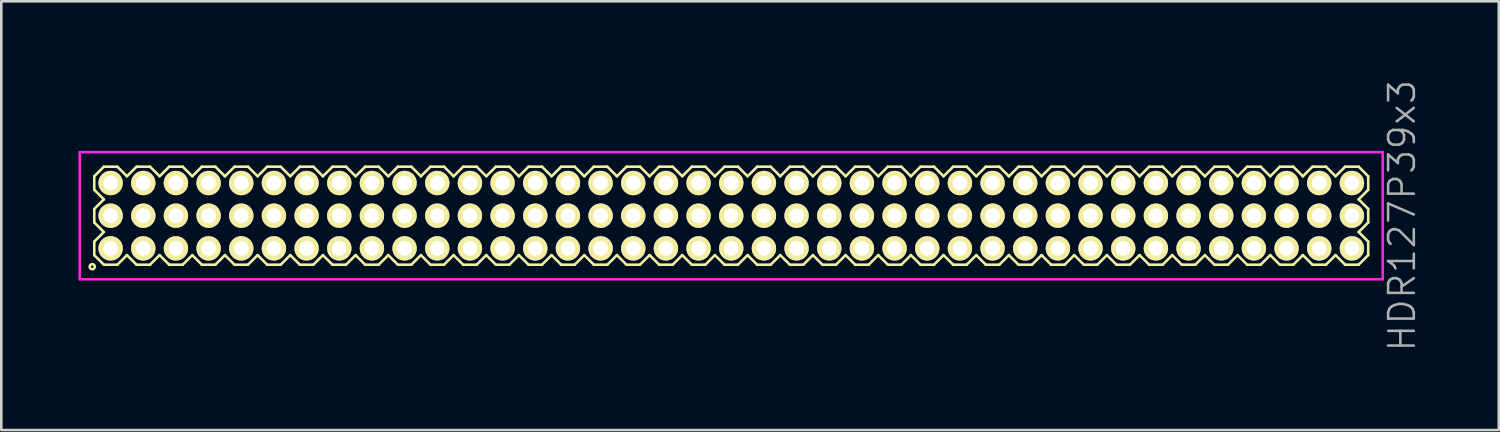
<source format=kicad_pcb>
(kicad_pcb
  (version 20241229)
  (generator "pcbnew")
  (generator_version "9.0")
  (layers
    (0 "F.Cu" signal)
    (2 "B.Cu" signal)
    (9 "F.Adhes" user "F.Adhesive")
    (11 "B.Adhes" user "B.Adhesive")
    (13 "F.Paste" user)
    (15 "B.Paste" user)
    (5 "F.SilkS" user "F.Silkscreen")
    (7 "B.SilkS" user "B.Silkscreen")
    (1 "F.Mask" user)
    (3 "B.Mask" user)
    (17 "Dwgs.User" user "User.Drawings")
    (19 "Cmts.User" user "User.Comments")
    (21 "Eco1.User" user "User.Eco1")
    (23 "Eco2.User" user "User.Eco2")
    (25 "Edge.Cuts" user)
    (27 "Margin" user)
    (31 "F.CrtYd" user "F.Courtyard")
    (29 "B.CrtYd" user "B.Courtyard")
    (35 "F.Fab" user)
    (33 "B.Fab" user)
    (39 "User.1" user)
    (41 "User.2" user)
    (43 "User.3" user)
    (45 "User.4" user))
  (footprint "HDR127P39x3"
    (layer "F.Cu")
    (at 25.38 5.336)
    (property "Reference" "HDR127P39x3" (at 26.08 0 90) (layer "F.Fab") (effects (font (size 1 1) (thickness 0.1))))
    (attr through_hole)
    (fp_line (start -24.765 -1.533) (end -24.393 -1.905) (stroke (width 0.1) (type solid)) (layer "F.SilkS"))
    (fp_line (start -24.765 -1.007) (end -24.765 -1.533) (stroke (width 0.1) (type solid)) (layer "F.SilkS"))
    (fp_line (start -24.765 -0.263) (end -24.393 -0.635) (stroke (width 0.1) (type solid)) (layer "F.SilkS"))
    (fp_line (start -24.765 0.263) (end -24.765 -0.263) (stroke (width 0.1) (type solid)) (layer "F.SilkS"))
    (fp_line (start -24.765 1.007) (end -24.393 0.635) (stroke (width 0.1) (type solid)) (layer "F.SilkS"))
    (fp_line (start -24.765 1.533) (end -24.765 1.007) (stroke (width 0.1) (type solid)) (layer "F.SilkS"))
    (fp_line (start -24.393 -1.905) (end -23.867 -1.905) (stroke (width 0.1) (type solid)) (layer "F.SilkS"))
    (fp_line (start -24.393 -0.635) (end -24.765 -1.007) (stroke (width 0.1) (type solid)) (layer "F.SilkS"))
    (fp_line (start -24.393 0.635) (end -24.765 0.263) (stroke (width 0.1) (type solid)) (layer "F.SilkS"))
    (fp_line (start -24.393 1.905) (end -24.765 1.533) (stroke (width 0.1) (type solid)) (layer "F.SilkS"))
    (fp_line (start -23.867 -1.905) (end -23.495 -1.533) (stroke (width 0.1) (type solid)) (layer "F.SilkS"))
    (fp_line (start -23.867 1.905) (end -24.393 1.905) (stroke (width 0.1) (type solid)) (layer "F.SilkS"))
    (fp_line (start -23.495 -1.533) (end -23.123 -1.905) (stroke (width 0.1) (type solid)) (layer "F.SilkS"))
    (fp_line (start -23.495 1.533) (end -23.867 1.905) (stroke (width 0.1) (type solid)) (layer "F.SilkS"))
    (fp_line (start -23.123 -1.905) (end -22.597 -1.905) (stroke (width 0.1) (type solid)) (layer "F.SilkS"))
    (fp_line (start -23.123 1.905) (end -23.495 1.533) (stroke (width 0.1) (type solid)) (layer "F.SilkS"))
    (fp_line (start -22.597 -1.905) (end -22.225 -1.533) (stroke (width 0.1) (type solid)) (layer "F.SilkS"))
    (fp_line (start -22.597 1.905) (end -23.123 1.905) (stroke (width 0.1) (type solid)) (layer "F.SilkS"))
    (fp_line (start -22.225 -1.533) (end -21.853 -1.905) (stroke (width 0.1) (type solid)) (layer "F.SilkS"))
    (fp_line (start -22.225 1.533) (end -22.597 1.905) (stroke (width 0.1) (type solid)) (layer "F.SilkS"))
    (fp_line (start -21.853 -1.905) (end -21.327 -1.905) (stroke (width 0.1) (type solid)) (layer "F.SilkS"))
    (fp_line (start -21.853 1.905) (end -22.225 1.533) (stroke (width 0.1) (type solid)) (layer "F.SilkS"))
    (fp_line (start -21.327 -1.905) (end -20.955 -1.533) (stroke (width 0.1) (type solid)) (layer "F.SilkS"))
    (fp_line (start -21.327 1.905) (end -21.853 1.905) (stroke (width 0.1) (type solid)) (layer "F.SilkS"))
    (fp_line (start -20.955 -1.533) (end -20.583 -1.905) (stroke (width 0.1) (type solid)) (layer "F.SilkS"))
    (fp_line (start -20.955 1.533) (end -21.327 1.905) (stroke (width 0.1) (type solid)) (layer "F.SilkS"))
    (fp_line (start -20.583 -1.905) (end -20.057 -1.905) (stroke (width 0.1) (type solid)) (layer "F.SilkS"))
    (fp_line (start -20.583 1.905) (end -20.955 1.533) (stroke (width 0.1) (type solid)) (layer "F.SilkS"))
    (fp_line (start -20.057 -1.905) (end -19.685 -1.533) (stroke (width 0.1) (type solid)) (layer "F.SilkS"))
    (fp_line (start -20.057 1.905) (end -20.583 1.905) (stroke (width 0.1) (type solid)) (layer "F.SilkS"))
    (fp_line (start -19.685 -1.533) (end -19.313 -1.905) (stroke (width 0.1) (type solid)) (layer "F.SilkS"))
    (fp_line (start -19.685 1.533) (end -20.057 1.905) (stroke (width 0.1) (type solid)) (layer "F.SilkS"))
    (fp_line (start -19.313 -1.905) (end -18.787 -1.905) (stroke (width 0.1) (type solid)) (layer "F.SilkS"))
    (fp_line (start -19.313 1.905) (end -19.685 1.533) (stroke (width 0.1) (type solid)) (layer "F.SilkS"))
    (fp_line (start -18.787 -1.905) (end -18.415 -1.533) (stroke (width 0.1) (type solid)) (layer "F.SilkS"))
    (fp_line (start -18.787 1.905) (end -19.313 1.905) (stroke (width 0.1) (type solid)) (layer "F.SilkS"))
    (fp_line (start -18.415 -1.533) (end -18.043 -1.905) (stroke (width 0.1) (type solid)) (layer "F.SilkS"))
    (fp_line (start -18.415 1.533) (end -18.787 1.905) (stroke (width 0.1) (type solid)) (layer "F.SilkS"))
    (fp_line (start -18.043 -1.905) (end -17.517 -1.905) (stroke (width 0.1) (type solid)) (layer "F.SilkS"))
    (fp_line (start -18.043 1.905) (end -18.415 1.533) (stroke (width 0.1) (type solid)) (layer "F.SilkS"))
    (fp_line (start -17.517 -1.905) (end -17.145 -1.533) (stroke (width 0.1) (type solid)) (layer "F.SilkS"))
    (fp_line (start -17.517 1.905) (end -18.043 1.905) (stroke (width 0.1) (type solid)) (layer "F.SilkS"))
    (fp_line (start -17.145 -1.533) (end -16.773 -1.905) (stroke (width 0.1) (type solid)) (layer "F.SilkS"))
    (fp_line (start -17.145 1.533) (end -17.517 1.905) (stroke (width 0.1) (type solid)) (layer "F.SilkS"))
    (fp_line (start -16.773 -1.905) (end -16.247 -1.905) (stroke (width 0.1) (type solid)) (layer "F.SilkS"))
    (fp_line (start -16.773 1.905) (end -17.145 1.533) (stroke (width 0.1) (type solid)) (layer "F.SilkS"))
    (fp_line (start -16.247 -1.905) (end -15.875 -1.533) (stroke (width 0.1) (type solid)) (layer "F.SilkS"))
    (fp_line (start -16.247 1.905) (end -16.773 1.905) (stroke (width 0.1) (type solid)) (layer "F.SilkS"))
    (fp_line (start -15.875 -1.533) (end -15.503 -1.905) (stroke (width 0.1) (type solid)) (layer "F.SilkS"))
    (fp_line (start -15.875 1.533) (end -16.247 1.905) (stroke (width 0.1) (type solid)) (layer "F.SilkS"))
    (fp_line (start -15.503 -1.905) (end -14.977 -1.905) (stroke (width 0.1) (type solid)) (layer "F.SilkS"))
    (fp_line (start -15.503 1.905) (end -15.875 1.533) (stroke (width 0.1) (type solid)) (layer "F.SilkS"))
    (fp_line (start -14.977 -1.905) (end -14.605 -1.533) (stroke (width 0.1) (type solid)) (layer "F.SilkS"))
    (fp_line (start -14.977 1.905) (end -15.503 1.905) (stroke (width 0.1) (type solid)) (layer "F.SilkS"))
    (fp_line (start -14.605 -1.533) (end -14.233 -1.905) (stroke (width 0.1) (type solid)) (layer "F.SilkS"))
    (fp_line (start -14.605 1.533) (end -14.977 1.905) (stroke (width 0.1) (type solid)) (layer "F.SilkS"))
    (fp_line (start -14.233 -1.905) (end -13.707 -1.905) (stroke (width 0.1) (type solid)) (layer "F.SilkS"))
    (fp_line (start -14.233 1.905) (end -14.605 1.533) (stroke (width 0.1) (type solid)) (layer "F.SilkS"))
    (fp_line (start -13.707 -1.905) (end -13.335 -1.533) (stroke (width 0.1) (type solid)) (layer "F.SilkS"))
    (fp_line (start -13.707 1.905) (end -14.233 1.905) (stroke (width 0.1) (type solid)) (layer "F.SilkS"))
    (fp_line (start -13.335 -1.533) (end -12.963 -1.905) (stroke (width 0.1) (type solid)) (layer "F.SilkS"))
    (fp_line (start -13.335 1.533) (end -13.707 1.905) (stroke (width 0.1) (type solid)) (layer "F.SilkS"))
    (fp_line (start -12.963 -1.905) (end -12.437 -1.905) (stroke (width 0.1) (type solid)) (layer "F.SilkS"))
    (fp_line (start -12.963 1.905) (end -13.335 1.533) (stroke (width 0.1) (type solid)) (layer "F.SilkS"))
    (fp_line (start -12.437 -1.905) (end -12.065 -1.533) (stroke (width 0.1) (type solid)) (layer "F.SilkS"))
    (fp_line (start -12.437 1.905) (end -12.963 1.905) (stroke (width 0.1) (type solid)) (layer "F.SilkS"))
    (fp_line (start -12.065 -1.533) (end -11.693 -1.905) (stroke (width 0.1) (type solid)) (layer "F.SilkS"))
    (fp_line (start -12.065 1.533) (end -12.437 1.905) (stroke (width 0.1) (type solid)) (layer "F.SilkS"))
    (fp_line (start -11.693 -1.905) (end -11.167 -1.905) (stroke (width 0.1) (type solid)) (layer "F.SilkS"))
    (fp_line (start -11.693 1.905) (end -12.065 1.533) (stroke (width 0.1) (type solid)) (layer "F.SilkS"))
    (fp_line (start -11.167 -1.905) (end -10.795 -1.533) (stroke (width 0.1) (type solid)) (layer "F.SilkS"))
    (fp_line (start -11.167 1.905) (end -11.693 1.905) (stroke (width 0.1) (type solid)) (layer "F.SilkS"))
    (fp_line (start -10.795 -1.533) (end -10.423 -1.905) (stroke (width 0.1) (type solid)) (layer "F.SilkS"))
    (fp_line (start -10.795 1.533) (end -11.167 1.905) (stroke (width 0.1) (type solid)) (layer "F.SilkS"))
    (fp_line (start -10.423 -1.905) (end -9.897 -1.905) (stroke (width 0.1) (type solid)) (layer "F.SilkS"))
    (fp_line (start -10.423 1.905) (end -10.795 1.533) (stroke (width 0.1) (type solid)) (layer "F.SilkS"))
    (fp_line (start -9.897 -1.905) (end -9.525 -1.533) (stroke (width 0.1) (type solid)) (layer "F.SilkS"))
    (fp_line (start -9.897 1.905) (end -10.423 1.905) (stroke (width 0.1) (type solid)) (layer "F.SilkS"))
    (fp_line (start -9.525 -1.533) (end -9.153 -1.905) (stroke (width 0.1) (type solid)) (layer "F.SilkS"))
    (fp_line (start -9.525 1.533) (end -9.897 1.905) (stroke (width 0.1) (type solid)) (layer "F.SilkS"))
    (fp_line (start -9.153 -1.905) (end -8.627 -1.905) (stroke (width 0.1) (type solid)) (layer "F.SilkS"))
    (fp_line (start -9.153 1.905) (end -9.525 1.533) (stroke (width 0.1) (type solid)) (layer "F.SilkS"))
    (fp_line (start -8.627 -1.905) (end -8.255 -1.533) (stroke (width 0.1) (type solid)) (layer "F.SilkS"))
    (fp_line (start -8.627 1.905) (end -9.153 1.905) (stroke (width 0.1) (type solid)) (layer "F.SilkS"))
    (fp_line (start -8.255 -1.533) (end -7.883 -1.905) (stroke (width 0.1) (type solid)) (layer "F.SilkS"))
    (fp_line (start -8.255 1.533) (end -8.627 1.905) (stroke (width 0.1) (type solid)) (layer "F.SilkS"))
    (fp_line (start -7.883 -1.905) (end -7.357 -1.905) (stroke (width 0.1) (type solid)) (layer "F.SilkS"))
    (fp_line (start -7.883 1.905) (end -8.255 1.533) (stroke (width 0.1) (type solid)) (layer "F.SilkS"))
    (fp_line (start -7.357 -1.905) (end -6.985 -1.533) (stroke (width 0.1) (type solid)) (layer "F.SilkS"))
    (fp_line (start -7.357 1.905) (end -7.883 1.905) (stroke (width 0.1) (type solid)) (layer "F.SilkS"))
    (fp_line (start -6.985 -1.533) (end -6.613 -1.905) (stroke (width 0.1) (type solid)) (layer "F.SilkS"))
    (fp_line (start -6.985 1.533) (end -7.357 1.905) (stroke (width 0.1) (type solid)) (layer "F.SilkS"))
    (fp_line (start -6.613 -1.905) (end -6.087 -1.905) (stroke (width 0.1) (type solid)) (layer "F.SilkS"))
    (fp_line (start -6.613 1.905) (end -6.985 1.533) (stroke (width 0.1) (type solid)) (layer "F.SilkS"))
    (fp_line (start -6.087 -1.905) (end -5.715 -1.533) (stroke (width 0.1) (type solid)) (layer "F.SilkS"))
    (fp_line (start -6.087 1.905) (end -6.613 1.905) (stroke (width 0.1) (type solid)) (layer "F.SilkS"))
    (fp_line (start -5.715 -1.533) (end -5.343 -1.905) (stroke (width 0.1) (type solid)) (layer "F.SilkS"))
    (fp_line (start -5.715 1.533) (end -6.087 1.905) (stroke (width 0.1) (type solid)) (layer "F.SilkS"))
    (fp_line (start -5.343 -1.905) (end -4.817 -1.905) (stroke (width 0.1) (type solid)) (layer "F.SilkS"))
    (fp_line (start -5.343 1.905) (end -5.715 1.533) (stroke (width 0.1) (type solid)) (layer "F.SilkS"))
    (fp_line (start -4.817 -1.905) (end -4.445 -1.533) (stroke (width 0.1) (type solid)) (layer "F.SilkS"))
    (fp_line (start -4.817 1.905) (end -5.343 1.905) (stroke (width 0.1) (type solid)) (layer "F.SilkS"))
    (fp_line (start -4.445 -1.533) (end -4.073 -1.905) (stroke (width 0.1) (type solid)) (layer "F.SilkS"))
    (fp_line (start -4.445 1.533) (end -4.817 1.905) (stroke (width 0.1) (type solid)) (layer "F.SilkS"))
    (fp_line (start -4.073 -1.905) (end -3.547 -1.905) (stroke (width 0.1) (type solid)) (layer "F.SilkS"))
    (fp_line (start -4.073 1.905) (end -4.445 1.533) (stroke (width 0.1) (type solid)) (layer "F.SilkS"))
    (fp_line (start -3.547 -1.905) (end -3.175 -1.533) (stroke (width 0.1) (type solid)) (layer "F.SilkS"))
    (fp_line (start -3.547 1.905) (end -4.073 1.905) (stroke (width 0.1) (type solid)) (layer "F.SilkS"))
    (fp_line (start -3.175 -1.533) (end -2.803 -1.905) (stroke (width 0.1) (type solid)) (layer "F.SilkS"))
    (fp_line (start -3.175 1.533) (end -3.547 1.905) (stroke (width 0.1) (type solid)) (layer "F.SilkS"))
    (fp_line (start -2.803 -1.905) (end -2.277 -1.905) (stroke (width 0.1) (type solid)) (layer "F.SilkS"))
    (fp_line (start -2.803 1.905) (end -3.175 1.533) (stroke (width 0.1) (type solid)) (layer "F.SilkS"))
    (fp_line (start -2.277 -1.905) (end -1.905 -1.533) (stroke (width 0.1) (type solid)) (layer "F.SilkS"))
    (fp_line (start -2.277 1.905) (end -2.803 1.905) (stroke (width 0.1) (type solid)) (layer "F.SilkS"))
    (fp_line (start -1.905 -1.533) (end -1.533 -1.905) (stroke (width 0.1) (type solid)) (layer "F.SilkS"))
    (fp_line (start -1.905 1.533) (end -2.277 1.905) (stroke (width 0.1) (type solid)) (layer "F.SilkS"))
    (fp_line (start -1.533 -1.905) (end -1.007 -1.905) (stroke (width 0.1) (type solid)) (layer "F.SilkS"))
    (fp_line (start -1.533 1.905) (end -1.905 1.533) (stroke (width 0.1) (type solid)) (layer "F.SilkS"))
    (fp_line (start -1.007 -1.905) (end -0.635 -1.533) (stroke (width 0.1) (type solid)) (layer "F.SilkS"))
    (fp_line (start -1.007 1.905) (end -1.533 1.905) (stroke (width 0.1) (type solid)) (layer "F.SilkS"))
    (fp_line (start -0.635 -1.533) (end -0.263 -1.905) (stroke (width 0.1) (type solid)) (layer "F.SilkS"))
    (fp_line (start -0.635 1.533) (end -1.007 1.905) (stroke (width 0.1) (type solid)) (layer "F.SilkS"))
    (fp_line (start -0.263 -1.905) (end 0.263 -1.905) (stroke (width 0.1) (type solid)) (layer "F.SilkS"))
    (fp_line (start -0.263 1.905) (end -0.635 1.533) (stroke (width 0.1) (type solid)) (layer "F.SilkS"))
    (fp_line (start 0.263 -1.905) (end 0.635 -1.533) (stroke (width 0.1) (type solid)) (layer "F.SilkS"))
    (fp_line (start 0.263 1.905) (end -0.263 1.905) (stroke (width 0.1) (type solid)) (layer "F.SilkS"))
    (fp_line (start 0.635 -1.533) (end 1.007 -1.905) (stroke (width 0.1) (type solid)) (layer "F.SilkS"))
    (fp_line (start 0.635 1.533) (end 0.263 1.905) (stroke (width 0.1) (type solid)) (layer "F.SilkS"))
    (fp_line (start 1.007 -1.905) (end 1.533 -1.905) (stroke (width 0.1) (type solid)) (layer "F.SilkS"))
    (fp_line (start 1.007 1.905) (end 0.635 1.533) (stroke (width 0.1) (type solid)) (layer "F.SilkS"))
    (fp_line (start 1.533 -1.905) (end 1.905 -1.533) (stroke (width 0.1) (type solid)) (layer "F.SilkS"))
    (fp_line (start 1.533 1.905) (end 1.007 1.905) (stroke (width 0.1) (type solid)) (layer "F.SilkS"))
    (fp_line (start 1.905 -1.533) (end 2.277 -1.905) (stroke (width 0.1) (type solid)) (layer "F.SilkS"))
    (fp_line (start 1.905 1.533) (end 1.533 1.905) (stroke (width 0.1) (type solid)) (layer "F.SilkS"))
    (fp_line (start 2.277 -1.905) (end 2.803 -1.905) (stroke (width 0.1) (type solid)) (layer "F.SilkS"))
    (fp_line (start 2.277 1.905) (end 1.905 1.533) (stroke (width 0.1) (type solid)) (layer "F.SilkS"))
    (fp_line (start 2.803 -1.905) (end 3.175 -1.533) (stroke (width 0.1) (type solid)) (layer "F.SilkS"))
    (fp_line (start 2.803 1.905) (end 2.277 1.905) (stroke (width 0.1) (type solid)) (layer "F.SilkS"))
    (fp_line (start 3.175 -1.533) (end 3.547 -1.905) (stroke (width 0.1) (type solid)) (layer "F.SilkS"))
    (fp_line (start 3.175 1.533) (end 2.803 1.905) (stroke (width 0.1) (type solid)) (layer "F.SilkS"))
    (fp_line (start 3.547 -1.905) (end 4.073 -1.905) (stroke (width 0.1) (type solid)) (layer "F.SilkS"))
    (fp_line (start 3.547 1.905) (end 3.175 1.533) (stroke (width 0.1) (type solid)) (layer "F.SilkS"))
    (fp_line (start 4.073 -1.905) (end 4.445 -1.533) (stroke (width 0.1) (type solid)) (layer "F.SilkS"))
    (fp_line (start 4.073 1.905) (end 3.547 1.905) (stroke (width 0.1) (type solid)) (layer "F.SilkS"))
    (fp_line (start 4.445 -1.533) (end 4.817 -1.905) (stroke (width 0.1) (type solid)) (layer "F.SilkS"))
    (fp_line (start 4.445 1.533) (end 4.073 1.905) (stroke (width 0.1) (type solid)) (layer "F.SilkS"))
    (fp_line (start 4.817 -1.905) (end 5.343 -1.905) (stroke (width 0.1) (type solid)) (layer "F.SilkS"))
    (fp_line (start 4.817 1.905) (end 4.445 1.533) (stroke (width 0.1) (type solid)) (layer "F.SilkS"))
    (fp_line (start 5.343 -1.905) (end 5.715 -1.533) (stroke (width 0.1) (type solid)) (layer "F.SilkS"))
    (fp_line (start 5.343 1.905) (end 4.817 1.905) (stroke (width 0.1) (type solid)) (layer "F.SilkS"))
    (fp_line (start 5.715 -1.533) (end 6.087 -1.905) (stroke (width 0.1) (type solid)) (layer "F.SilkS"))
    (fp_line (start 5.715 1.533) (end 5.343 1.905) (stroke (width 0.1) (type solid)) (layer "F.SilkS"))
    (fp_line (start 6.087 -1.905) (end 6.613 -1.905) (stroke (width 0.1) (type solid)) (layer "F.SilkS"))
    (fp_line (start 6.087 1.905) (end 5.715 1.533) (stroke (width 0.1) (type solid)) (layer "F.SilkS"))
    (fp_line (start 6.613 -1.905) (end 6.985 -1.533) (stroke (width 0.1) (type solid)) (layer "F.SilkS"))
    (fp_line (start 6.613 1.905) (end 6.087 1.905) (stroke (width 0.1) (type solid)) (layer "F.SilkS"))
    (fp_line (start 6.985 -1.533) (end 7.357 -1.905) (stroke (width 0.1) (type solid)) (layer "F.SilkS"))
    (fp_line (start 6.985 1.533) (end 6.613 1.905) (stroke (width 0.1) (type solid)) (layer "F.SilkS"))
    (fp_line (start 7.357 -1.905) (end 7.883 -1.905) (stroke (width 0.1) (type solid)) (layer "F.SilkS"))
    (fp_line (start 7.357 1.905) (end 6.985 1.533) (stroke (width 0.1) (type solid)) (layer "F.SilkS"))
    (fp_line (start 7.883 -1.905) (end 8.255 -1.533) (stroke (width 0.1) (type solid)) (layer "F.SilkS"))
    (fp_line (start 7.883 1.905) (end 7.357 1.905) (stroke (width 0.1) (type solid)) (layer "F.SilkS"))
    (fp_line (start 8.255 -1.533) (end 8.627 -1.905) (stroke (width 0.1) (type solid)) (layer "F.SilkS"))
    (fp_line (start 8.255 1.533) (end 7.883 1.905) (stroke (width 0.1) (type solid)) (layer "F.SilkS"))
    (fp_line (start 8.627 -1.905) (end 9.153 -1.905) (stroke (width 0.1) (type solid)) (layer "F.SilkS"))
    (fp_line (start 8.627 1.905) (end 8.255 1.533) (stroke (width 0.1) (type solid)) (layer "F.SilkS"))
    (fp_line (start 9.153 -1.905) (end 9.525 -1.533) (stroke (width 0.1) (type solid)) (layer "F.SilkS"))
    (fp_line (start 9.153 1.905) (end 8.627 1.905) (stroke (width 0.1) (type solid)) (layer "F.SilkS"))
    (fp_line (start 9.525 -1.533) (end 9.897 -1.905) (stroke (width 0.1) (type solid)) (layer "F.SilkS"))
    (fp_line (start 9.525 1.533) (end 9.153 1.905) (stroke (width 0.1) (type solid)) (layer "F.SilkS"))
    (fp_line (start 9.897 -1.905) (end 10.423 -1.905) (stroke (width 0.1) (type solid)) (layer "F.SilkS"))
    (fp_line (start 9.897 1.905) (end 9.525 1.533) (stroke (width 0.1) (type solid)) (layer "F.SilkS"))
    (fp_line (start 10.423 -1.905) (end 10.795 -1.533) (stroke (width 0.1) (type solid)) (layer "F.SilkS"))
    (fp_line (start 10.423 1.905) (end 9.897 1.905) (stroke (width 0.1) (type solid)) (layer "F.SilkS"))
    (fp_line (start 10.795 -1.533) (end 11.167 -1.905) (stroke (width 0.1) (type solid)) (layer "F.SilkS"))
    (fp_line (start 10.795 1.533) (end 10.423 1.905) (stroke (width 0.1) (type solid)) (layer "F.SilkS"))
    (fp_line (start 11.167 -1.905) (end 11.693 -1.905) (stroke (width 0.1) (type solid)) (layer "F.SilkS"))
    (fp_line (start 11.167 1.905) (end 10.795 1.533) (stroke (width 0.1) (type solid)) (layer "F.SilkS"))
    (fp_line (start 11.693 -1.905) (end 12.065 -1.533) (stroke (width 0.1) (type solid)) (layer "F.SilkS"))
    (fp_line (start 11.693 1.905) (end 11.167 1.905) (stroke (width 0.1) (type solid)) (layer "F.SilkS"))
    (fp_line (start 12.065 -1.533) (end 12.437 -1.905) (stroke (width 0.1) (type solid)) (layer "F.SilkS"))
    (fp_line (start 12.065 1.533) (end 11.693 1.905) (stroke (width 0.1) (type solid)) (layer "F.SilkS"))
    (fp_line (start 12.437 -1.905) (end 12.963 -1.905) (stroke (width 0.1) (type solid)) (layer "F.SilkS"))
    (fp_line (start 12.437 1.905) (end 12.065 1.533) (stroke (width 0.1) (type solid)) (layer "F.SilkS"))
    (fp_line (start 12.963 -1.905) (end 13.335 -1.533) (stroke (width 0.1) (type solid)) (layer "F.SilkS"))
    (fp_line (start 12.963 1.905) (end 12.437 1.905) (stroke (width 0.1) (type solid)) (layer "F.SilkS"))
    (fp_line (start 13.335 -1.533) (end 13.707 -1.905) (stroke (width 0.1) (type solid)) (layer "F.SilkS"))
    (fp_line (start 13.335 1.533) (end 12.963 1.905) (stroke (width 0.1) (type solid)) (layer "F.SilkS"))
    (fp_line (start 13.707 -1.905) (end 14.233 -1.905) (stroke (width 0.1) (type solid)) (layer "F.SilkS"))
    (fp_line (start 13.707 1.905) (end 13.335 1.533) (stroke (width 0.1) (type solid)) (layer "F.SilkS"))
    (fp_line (start 14.233 -1.905) (end 14.605 -1.533) (stroke (width 0.1) (type solid)) (layer "F.SilkS"))
    (fp_line (start 14.233 1.905) (end 13.707 1.905) (stroke (width 0.1) (type solid)) (layer "F.SilkS"))
    (fp_line (start 14.605 -1.533) (end 14.977 -1.905) (stroke (width 0.1) (type solid)) (layer "F.SilkS"))
    (fp_line (start 14.605 1.533) (end 14.233 1.905) (stroke (width 0.1) (type solid)) (layer "F.SilkS"))
    (fp_line (start 14.977 -1.905) (end 15.503 -1.905) (stroke (width 0.1) (type solid)) (layer "F.SilkS"))
    (fp_line (start 14.977 1.905) (end 14.605 1.533) (stroke (width 0.1) (type solid)) (layer "F.SilkS"))
    (fp_line (start 15.503 -1.905) (end 15.875 -1.533) (stroke (width 0.1) (type solid)) (layer "F.SilkS"))
    (fp_line (start 15.503 1.905) (end 14.977 1.905) (stroke (width 0.1) (type solid)) (layer "F.SilkS"))
    (fp_line (start 15.875 -1.533) (end 16.247 -1.905) (stroke (width 0.1) (type solid)) (layer "F.SilkS"))
    (fp_line (start 15.875 1.533) (end 15.503 1.905) (stroke (width 0.1) (type solid)) (layer "F.SilkS"))
    (fp_line (start 16.247 -1.905) (end 16.773 -1.905) (stroke (width 0.1) (type solid)) (layer "F.SilkS"))
    (fp_line (start 16.247 1.905) (end 15.875 1.533) (stroke (width 0.1) (type solid)) (layer "F.SilkS"))
    (fp_line (start 16.773 -1.905) (end 17.145 -1.533) (stroke (width 0.1) (type solid)) (layer "F.SilkS"))
    (fp_line (start 16.773 1.905) (end 16.247 1.905) (stroke (width 0.1) (type solid)) (layer "F.SilkS"))
    (fp_line (start 17.145 -1.533) (end 17.517 -1.905) (stroke (width 0.1) (type solid)) (layer "F.SilkS"))
    (fp_line (start 17.145 1.533) (end 16.773 1.905) (stroke (width 0.1) (type solid)) (layer "F.SilkS"))
    (fp_line (start 17.517 -1.905) (end 18.043 -1.905) (stroke (width 0.1) (type solid)) (layer "F.SilkS"))
    (fp_line (start 17.517 1.905) (end 17.145 1.533) (stroke (width 0.1) (type solid)) (layer "F.SilkS"))
    (fp_line (start 18.043 -1.905) (end 18.415 -1.533) (stroke (width 0.1) (type solid)) (layer "F.SilkS"))
    (fp_line (start 18.043 1.905) (end 17.517 1.905) (stroke (width 0.1) (type solid)) (layer "F.SilkS"))
    (fp_line (start 18.415 -1.533) (end 18.787 -1.905) (stroke (width 0.1) (type solid)) (layer "F.SilkS"))
    (fp_line (start 18.415 1.533) (end 18.043 1.905) (stroke (width 0.1) (type solid)) (layer "F.SilkS"))
    (fp_line (start 18.787 -1.905) (end 19.313 -1.905) (stroke (width 0.1) (type solid)) (layer "F.SilkS"))
    (fp_line (start 18.787 1.905) (end 18.415 1.533) (stroke (width 0.1) (type solid)) (layer "F.SilkS"))
    (fp_line (start 19.313 -1.905) (end 19.685 -1.533) (stroke (width 0.1) (type solid)) (layer "F.SilkS"))
    (fp_line (start 19.313 1.905) (end 18.787 1.905) (stroke (width 0.1) (type solid)) (layer "F.SilkS"))
    (fp_line (start 19.685 -1.533) (end 20.057 -1.905) (stroke (width 0.1) (type solid)) (layer "F.SilkS"))
    (fp_line (start 19.685 1.533) (end 19.313 1.905) (stroke (width 0.1) (type solid)) (layer "F.SilkS"))
    (fp_line (start 20.057 -1.905) (end 20.583 -1.905) (stroke (width 0.1) (type solid)) (layer "F.SilkS"))
    (fp_line (start 20.057 1.905) (end 19.685 1.533) (stroke (width 0.1) (type solid)) (layer "F.SilkS"))
    (fp_line (start 20.583 -1.905) (end 20.955 -1.533) (stroke (width 0.1) (type solid)) (layer "F.SilkS"))
    (fp_line (start 20.583 1.905) (end 20.057 1.905) (stroke (width 0.1) (type solid)) (layer "F.SilkS"))
    (fp_line (start 20.955 -1.533) (end 21.327 -1.905) (stroke (width 0.1) (type solid)) (layer "F.SilkS"))
    (fp_line (start 20.955 1.533) (end 20.583 1.905) (stroke (width 0.1) (type solid)) (layer "F.SilkS"))
    (fp_line (start 21.327 -1.905) (end 21.853 -1.905) (stroke (width 0.1) (type solid)) (layer "F.SilkS"))
    (fp_line (start 21.327 1.905) (end 20.955 1.533) (stroke (width 0.1) (type solid)) (layer "F.SilkS"))
    (fp_line (start 21.853 -1.905) (end 22.225 -1.533) (stroke (width 0.1) (type solid)) (layer "F.SilkS"))
    (fp_line (start 21.853 1.905) (end 21.327 1.905) (stroke (width 0.1) (type solid)) (layer "F.SilkS"))
    (fp_line (start 22.225 -1.533) (end 22.597 -1.905) (stroke (width 0.1) (type solid)) (layer "F.SilkS"))
    (fp_line (start 22.225 1.533) (end 21.853 1.905) (stroke (width 0.1) (type solid)) (layer "F.SilkS"))
    (fp_line (start 22.597 -1.905) (end 23.123 -1.905) (stroke (width 0.1) (type solid)) (layer "F.SilkS"))
    (fp_line (start 22.597 1.905) (end 22.225 1.533) (stroke (width 0.1) (type solid)) (layer "F.SilkS"))
    (fp_line (start 23.123 -1.905) (end 23.495 -1.533) (stroke (width 0.1) (type solid)) (layer "F.SilkS"))
    (fp_line (start 23.123 1.905) (end 22.597 1.905) (stroke (width 0.1) (type solid)) (layer "F.SilkS"))
    (fp_line (start 23.495 -1.533) (end 23.867 -1.905) (stroke (width 0.1) (type solid)) (layer "F.SilkS"))
    (fp_line (start 23.495 1.533) (end 23.123 1.905) (stroke (width 0.1) (type solid)) (layer "F.SilkS"))
    (fp_line (start 23.867 -1.905) (end 24.393 -1.905) (stroke (width 0.1) (type solid)) (layer "F.SilkS"))
    (fp_line (start 23.867 1.905) (end 23.495 1.533) (stroke (width 0.1) (type solid)) (layer "F.SilkS"))
    (fp_line (start 24.393 -1.905) (end 24.765 -1.533) (stroke (width 0.1) (type solid)) (layer "F.SilkS"))
    (fp_line (start 24.393 -0.635) (end 24.765 -0.263) (stroke (width 0.1) (type solid)) (layer "F.SilkS"))
    (fp_line (start 24.393 0.635) (end 24.765 1.007) (stroke (width 0.1) (type solid)) (layer "F.SilkS"))
    (fp_line (start 24.393 1.905) (end 23.867 1.905) (stroke (width 0.1) (type solid)) (layer "F.SilkS"))
    (fp_line (start 24.765 -1.533) (end 24.765 -1.007) (stroke (width 0.1) (type solid)) (layer "F.SilkS"))
    (fp_line (start 24.765 -1.007) (end 24.393 -0.635) (stroke (width 0.1) (type solid)) (layer "F.SilkS"))
    (fp_line (start 24.765 -0.263) (end 24.765 0.263) (stroke (width 0.1) (type solid)) (layer "F.SilkS"))
    (fp_line (start 24.765 0.263) (end 24.393 0.635) (stroke (width 0.1) (type solid)) (layer "F.SilkS"))
    (fp_line (start 24.765 1.007) (end 24.765 1.533) (stroke (width 0.1) (type solid)) (layer "F.SilkS"))
    (fp_line (start 24.765 1.533) (end 24.393 1.905) (stroke (width 0.1) (type solid)) (layer "F.SilkS"))
    (fp_circle (center -24.843 1.983) (end -24.743 1.983) (stroke (width 0.1) (type solid)) (fill no) (layer "F.SilkS"))
    (fp_line (start -25.33 -2.47) (end -25.33 2.47) (stroke (width 0.1) (type solid)) (layer "F.CrtYd"))
    (fp_line (start -25.33 2.47) (end 25.33 2.47) (stroke (width 0.1) (type solid)) (layer "F.CrtYd"))
    (fp_line (start 25.33 -2.47) (end -25.33 -2.47) (stroke (width 0.1) (type solid)) (layer "F.CrtYd"))
    (fp_line (start 25.33 2.47) (end 25.33 -2.47) (stroke (width 0.1) (type solid)) (layer "F.CrtYd"))
    (pad "1" thru_hole oval (at -24.13 1.27) (size 0.95 0.95) (drill 0.57) (layers "*.Cu" "*.Mask" "F.SilkS"))
    (pad "2" thru_hole oval (at -24.13 0) (size 0.95 0.95) (drill 0.57) (layers "*.Cu" "*.Mask" "F.SilkS"))
    (pad "3" thru_hole oval (at -24.13 -1.27) (size 0.95 0.95) (drill 0.57) (layers "*.Cu" "*.Mask" "F.SilkS"))
    (pad "4" thru_hole oval (at -22.86 1.27) (size 0.95 0.95) (drill 0.57) (layers "*.Cu" "*.Mask" "F.SilkS"))
    (pad "5" thru_hole oval (at -22.86 0) (size 0.95 0.95) (drill 0.57) (layers "*.Cu" "*.Mask" "F.SilkS"))
    (pad "6" thru_hole oval (at -22.86 -1.27) (size 0.95 0.95) (drill 0.57) (layers "*.Cu" "*.Mask" "F.SilkS"))
    (pad "7" thru_hole oval (at -21.59 1.27) (size 0.95 0.95) (drill 0.57) (layers "*.Cu" "*.Mask" "F.SilkS"))
    (pad "8" thru_hole oval (at -21.59 0) (size 0.95 0.95) (drill 0.57) (layers "*.Cu" "*.Mask" "F.SilkS"))
    (pad "9" thru_hole oval (at -21.59 -1.27) (size 0.95 0.95) (drill 0.57) (layers "*.Cu" "*.Mask" "F.SilkS"))
    (pad "10" thru_hole oval (at -20.32 1.27) (size 0.95 0.95) (drill 0.57) (layers "*.Cu" "*.Mask" "F.SilkS"))
    (pad "11" thru_hole oval (at -20.32 0) (size 0.95 0.95) (drill 0.57) (layers "*.Cu" "*.Mask" "F.SilkS"))
    (pad "12" thru_hole oval (at -20.32 -1.27) (size 0.95 0.95) (drill 0.57) (layers "*.Cu" "*.Mask" "F.SilkS"))
    (pad "13" thru_hole oval (at -19.05 1.27) (size 0.95 0.95) (drill 0.57) (layers "*.Cu" "*.Mask" "F.SilkS"))
    (pad "14" thru_hole oval (at -19.05 0) (size 0.95 0.95) (drill 0.57) (layers "*.Cu" "*.Mask" "F.SilkS"))
    (pad "15" thru_hole oval (at -19.05 -1.27) (size 0.95 0.95) (drill 0.57) (layers "*.Cu" "*.Mask" "F.SilkS"))
    (pad "16" thru_hole oval (at -17.78 1.27) (size 0.95 0.95) (drill 0.57) (layers "*.Cu" "*.Mask" "F.SilkS"))
    (pad "17" thru_hole oval (at -17.78 0) (size 0.95 0.95) (drill 0.57) (layers "*.Cu" "*.Mask" "F.SilkS"))
    (pad "18" thru_hole oval (at -17.78 -1.27) (size 0.95 0.95) (drill 0.57) (layers "*.Cu" "*.Mask" "F.SilkS"))
    (pad "19" thru_hole oval (at -16.51 1.27) (size 0.95 0.95) (drill 0.57) (layers "*.Cu" "*.Mask" "F.SilkS"))
    (pad "20" thru_hole oval (at -16.51 0) (size 0.95 0.95) (drill 0.57) (layers "*.Cu" "*.Mask" "F.SilkS"))
    (pad "21" thru_hole oval (at -16.51 -1.27) (size 0.95 0.95) (drill 0.57) (layers "*.Cu" "*.Mask" "F.SilkS"))
    (pad "22" thru_hole oval (at -15.24 1.27) (size 0.95 0.95) (drill 0.57) (layers "*.Cu" "*.Mask" "F.SilkS"))
    (pad "23" thru_hole oval (at -15.24 0) (size 0.95 0.95) (drill 0.57) (layers "*.Cu" "*.Mask" "F.SilkS"))
    (pad "24" thru_hole oval (at -15.24 -1.27) (size 0.95 0.95) (drill 0.57) (layers "*.Cu" "*.Mask" "F.SilkS"))
    (pad "25" thru_hole oval (at -13.97 1.27) (size 0.95 0.95) (drill 0.57) (layers "*.Cu" "*.Mask" "F.SilkS"))
    (pad "26" thru_hole oval (at -13.97 0) (size 0.95 0.95) (drill 0.57) (layers "*.Cu" "*.Mask" "F.SilkS"))
    (pad "27" thru_hole oval (at -13.97 -1.27) (size 0.95 0.95) (drill 0.57) (layers "*.Cu" "*.Mask" "F.SilkS"))
    (pad "28" thru_hole oval (at -12.7 1.27) (size 0.95 0.95) (drill 0.57) (layers "*.Cu" "*.Mask" "F.SilkS"))
    (pad "29" thru_hole oval (at -12.7 0) (size 0.95 0.95) (drill 0.57) (layers "*.Cu" "*.Mask" "F.SilkS"))
    (pad "30" thru_hole oval (at -12.7 -1.27) (size 0.95 0.95) (drill 0.57) (layers "*.Cu" "*.Mask" "F.SilkS"))
    (pad "31" thru_hole oval (at -11.43 1.27) (size 0.95 0.95) (drill 0.57) (layers "*.Cu" "*.Mask" "F.SilkS"))
    (pad "32" thru_hole oval (at -11.43 0) (size 0.95 0.95) (drill 0.57) (layers "*.Cu" "*.Mask" "F.SilkS"))
    (pad "33" thru_hole oval (at -11.43 -1.27) (size 0.95 0.95) (drill 0.57) (layers "*.Cu" "*.Mask" "F.SilkS"))
    (pad "34" thru_hole oval (at -10.16 1.27) (size 0.95 0.95) (drill 0.57) (layers "*.Cu" "*.Mask" "F.SilkS"))
    (pad "35" thru_hole oval (at -10.16 0) (size 0.95 0.95) (drill 0.57) (layers "*.Cu" "*.Mask" "F.SilkS"))
    (pad "36" thru_hole oval (at -10.16 -1.27) (size 0.95 0.95) (drill 0.57) (layers "*.Cu" "*.Mask" "F.SilkS"))
    (pad "37" thru_hole oval (at -8.89 1.27) (size 0.95 0.95) (drill 0.57) (layers "*.Cu" "*.Mask" "F.SilkS"))
    (pad "38" thru_hole oval (at -8.89 0) (size 0.95 0.95) (drill 0.57) (layers "*.Cu" "*.Mask" "F.SilkS"))
    (pad "39" thru_hole oval (at -8.89 -1.27) (size 0.95 0.95) (drill 0.57) (layers "*.Cu" "*.Mask" "F.SilkS"))
    (pad "40" thru_hole oval (at -7.62 1.27) (size 0.95 0.95) (drill 0.57) (layers "*.Cu" "*.Mask" "F.SilkS"))
    (pad "41" thru_hole oval (at -7.62 0) (size 0.95 0.95) (drill 0.57) (layers "*.Cu" "*.Mask" "F.SilkS"))
    (pad "42" thru_hole oval (at -7.62 -1.27) (size 0.95 0.95) (drill 0.57) (layers "*.Cu" "*.Mask" "F.SilkS"))
    (pad "43" thru_hole oval (at -6.35 1.27) (size 0.95 0.95) (drill 0.57) (layers "*.Cu" "*.Mask" "F.SilkS"))
    (pad "44" thru_hole oval (at -6.35 0) (size 0.95 0.95) (drill 0.57) (layers "*.Cu" "*.Mask" "F.SilkS"))
    (pad "45" thru_hole oval (at -6.35 -1.27) (size 0.95 0.95) (drill 0.57) (layers "*.Cu" "*.Mask" "F.SilkS"))
    (pad "46" thru_hole oval (at -5.08 1.27) (size 0.95 0.95) (drill 0.57) (layers "*.Cu" "*.Mask" "F.SilkS"))
    (pad "47" thru_hole oval (at -5.08 0) (size 0.95 0.95) (drill 0.57) (layers "*.Cu" "*.Mask" "F.SilkS"))
    (pad "48" thru_hole oval (at -5.08 -1.27) (size 0.95 0.95) (drill 0.57) (layers "*.Cu" "*.Mask" "F.SilkS"))
    (pad "49" thru_hole oval (at -3.81 1.27) (size 0.95 0.95) (drill 0.57) (layers "*.Cu" "*.Mask" "F.SilkS"))
    (pad "50" thru_hole oval (at -3.81 0) (size 0.95 0.95) (drill 0.57) (layers "*.Cu" "*.Mask" "F.SilkS"))
    (pad "51" thru_hole oval (at -3.81 -1.27) (size 0.95 0.95) (drill 0.57) (layers "*.Cu" "*.Mask" "F.SilkS"))
    (pad "52" thru_hole oval (at -2.54 1.27) (size 0.95 0.95) (drill 0.57) (layers "*.Cu" "*.Mask" "F.SilkS"))
    (pad "53" thru_hole oval (at -2.54 0) (size 0.95 0.95) (drill 0.57) (layers "*.Cu" "*.Mask" "F.SilkS"))
    (pad "54" thru_hole oval (at -2.54 -1.27) (size 0.95 0.95) (drill 0.57) (layers "*.Cu" "*.Mask" "F.SilkS"))
    (pad "55" thru_hole oval (at -1.27 1.27) (size 0.95 0.95) (drill 0.57) (layers "*.Cu" "*.Mask" "F.SilkS"))
    (pad "56" thru_hole oval (at -1.27 0) (size 0.95 0.95) (drill 0.57) (layers "*.Cu" "*.Mask" "F.SilkS"))
    (pad "57" thru_hole oval (at -1.27 -1.27) (size 0.95 0.95) (drill 0.57) (layers "*.Cu" "*.Mask" "F.SilkS"))
    (pad "58" thru_hole oval (at 0 1.27) (size 0.95 0.95) (drill 0.57) (layers "*.Cu" "*.Mask" "F.SilkS"))
    (pad "59" thru_hole oval (at 0 0) (size 0.95 0.95) (drill 0.57) (layers "*.Cu" "*.Mask" "F.SilkS"))
    (pad "60" thru_hole oval (at 0 -1.27) (size 0.95 0.95) (drill 0.57) (layers "*.Cu" "*.Mask" "F.SilkS"))
    (pad "61" thru_hole oval (at 1.27 1.27) (size 0.95 0.95) (drill 0.57) (layers "*.Cu" "*.Mask" "F.SilkS"))
    (pad "62" thru_hole oval (at 1.27 0) (size 0.95 0.95) (drill 0.57) (layers "*.Cu" "*.Mask" "F.SilkS"))
    (pad "63" thru_hole oval (at 1.27 -1.27) (size 0.95 0.95) (drill 0.57) (layers "*.Cu" "*.Mask" "F.SilkS"))
    (pad "64" thru_hole oval (at 2.54 1.27) (size 0.95 0.95) (drill 0.57) (layers "*.Cu" "*.Mask" "F.SilkS"))
    (pad "65" thru_hole oval (at 2.54 0) (size 0.95 0.95) (drill 0.57) (layers "*.Cu" "*.Mask" "F.SilkS"))
    (pad "66" thru_hole oval (at 2.54 -1.27) (size 0.95 0.95) (drill 0.57) (layers "*.Cu" "*.Mask" "F.SilkS"))
    (pad "67" thru_hole oval (at 3.81 1.27) (size 0.95 0.95) (drill 0.57) (layers "*.Cu" "*.Mask" "F.SilkS"))
    (pad "68" thru_hole oval (at 3.81 0) (size 0.95 0.95) (drill 0.57) (layers "*.Cu" "*.Mask" "F.SilkS"))
    (pad "69" thru_hole oval (at 3.81 -1.27) (size 0.95 0.95) (drill 0.57) (layers "*.Cu" "*.Mask" "F.SilkS"))
    (pad "70" thru_hole oval (at 5.08 1.27) (size 0.95 0.95) (drill 0.57) (layers "*.Cu" "*.Mask" "F.SilkS"))
    (pad "71" thru_hole oval (at 5.08 0) (size 0.95 0.95) (drill 0.57) (layers "*.Cu" "*.Mask" "F.SilkS"))
    (pad "72" thru_hole oval (at 5.08 -1.27) (size 0.95 0.95) (drill 0.57) (layers "*.Cu" "*.Mask" "F.SilkS"))
    (pad "73" thru_hole oval (at 6.35 1.27) (size 0.95 0.95) (drill 0.57) (layers "*.Cu" "*.Mask" "F.SilkS"))
    (pad "74" thru_hole oval (at 6.35 0) (size 0.95 0.95) (drill 0.57) (layers "*.Cu" "*.Mask" "F.SilkS"))
    (pad "75" thru_hole oval (at 6.35 -1.27) (size 0.95 0.95) (drill 0.57) (layers "*.Cu" "*.Mask" "F.SilkS"))
    (pad "76" thru_hole oval (at 7.62 1.27) (size 0.95 0.95) (drill 0.57) (layers "*.Cu" "*.Mask" "F.SilkS"))
    (pad "77" thru_hole oval (at 7.62 0) (size 0.95 0.95) (drill 0.57) (layers "*.Cu" "*.Mask" "F.SilkS"))
    (pad "78" thru_hole oval (at 7.62 -1.27) (size 0.95 0.95) (drill 0.57) (layers "*.Cu" "*.Mask" "F.SilkS"))
    (pad "79" thru_hole oval (at 8.89 1.27) (size 0.95 0.95) (drill 0.57) (layers "*.Cu" "*.Mask" "F.SilkS"))
    (pad "80" thru_hole oval (at 8.89 0) (size 0.95 0.95) (drill 0.57) (layers "*.Cu" "*.Mask" "F.SilkS"))
    (pad "81" thru_hole oval (at 8.89 -1.27) (size 0.95 0.95) (drill 0.57) (layers "*.Cu" "*.Mask" "F.SilkS"))
    (pad "82" thru_hole oval (at 10.16 1.27) (size 0.95 0.95) (drill 0.57) (layers "*.Cu" "*.Mask" "F.SilkS"))
    (pad "83" thru_hole oval (at 10.16 0) (size 0.95 0.95) (drill 0.57) (layers "*.Cu" "*.Mask" "F.SilkS"))
    (pad "84" thru_hole oval (at 10.16 -1.27) (size 0.95 0.95) (drill 0.57) (layers "*.Cu" "*.Mask" "F.SilkS"))
    (pad "85" thru_hole oval (at 11.43 1.27) (size 0.95 0.95) (drill 0.57) (layers "*.Cu" "*.Mask" "F.SilkS"))
    (pad "86" thru_hole oval (at 11.43 0) (size 0.95 0.95) (drill 0.57) (layers "*.Cu" "*.Mask" "F.SilkS"))
    (pad "87" thru_hole oval (at 11.43 -1.27) (size 0.95 0.95) (drill 0.57) (layers "*.Cu" "*.Mask" "F.SilkS"))
    (pad "88" thru_hole oval (at 12.7 1.27) (size 0.95 0.95) (drill 0.57) (layers "*.Cu" "*.Mask" "F.SilkS"))
    (pad "89" thru_hole oval (at 12.7 0) (size 0.95 0.95) (drill 0.57) (layers "*.Cu" "*.Mask" "F.SilkS"))
    (pad "90" thru_hole oval (at 12.7 -1.27) (size 0.95 0.95) (drill 0.57) (layers "*.Cu" "*.Mask" "F.SilkS"))
    (pad "91" thru_hole oval (at 13.97 1.27) (size 0.95 0.95) (drill 0.57) (layers "*.Cu" "*.Mask" "F.SilkS"))
    (pad "92" thru_hole oval (at 13.97 0) (size 0.95 0.95) (drill 0.57) (layers "*.Cu" "*.Mask" "F.SilkS"))
    (pad "93" thru_hole oval (at 13.97 -1.27) (size 0.95 0.95) (drill 0.57) (layers "*.Cu" "*.Mask" "F.SilkS"))
    (pad "94" thru_hole oval (at 15.24 1.27) (size 0.95 0.95) (drill 0.57) (layers "*.Cu" "*.Mask" "F.SilkS"))
    (pad "95" thru_hole oval (at 15.24 0) (size 0.95 0.95) (drill 0.57) (layers "*.Cu" "*.Mask" "F.SilkS"))
    (pad "96" thru_hole oval (at 15.24 -1.27) (size 0.95 0.95) (drill 0.57) (layers "*.Cu" "*.Mask" "F.SilkS"))
    (pad "97" thru_hole oval (at 16.51 1.27) (size 0.95 0.95) (drill 0.57) (layers "*.Cu" "*.Mask" "F.SilkS"))
    (pad "98" thru_hole oval (at 16.51 0) (size 0.95 0.95) (drill 0.57) (layers "*.Cu" "*.Mask" "F.SilkS"))
    (pad "99" thru_hole oval (at 16.51 -1.27) (size 0.95 0.95) (drill 0.57) (layers "*.Cu" "*.Mask" "F.SilkS"))
    (pad "100" thru_hole oval (at 17.78 1.27) (size 0.95 0.95) (drill 0.57) (layers "*.Cu" "*.Mask" "F.SilkS"))
    (pad "101" thru_hole oval (at 17.78 0) (size 0.95 0.95) (drill 0.57) (layers "*.Cu" "*.Mask" "F.SilkS"))
    (pad "102" thru_hole oval (at 17.78 -1.27) (size 0.95 0.95) (drill 0.57) (layers "*.Cu" "*.Mask" "F.SilkS"))
    (pad "103" thru_hole oval (at 19.05 1.27) (size 0.95 0.95) (drill 0.57) (layers "*.Cu" "*.Mask" "F.SilkS"))
    (pad "104" thru_hole oval (at 19.05 0) (size 0.95 0.95) (drill 0.57) (layers "*.Cu" "*.Mask" "F.SilkS"))
    (pad "105" thru_hole oval (at 19.05 -1.27) (size 0.95 0.95) (drill 0.57) (layers "*.Cu" "*.Mask" "F.SilkS"))
    (pad "106" thru_hole oval (at 20.32 1.27) (size 0.95 0.95) (drill 0.57) (layers "*.Cu" "*.Mask" "F.SilkS"))
    (pad "107" thru_hole oval (at 20.32 0) (size 0.95 0.95) (drill 0.57) (layers "*.Cu" "*.Mask" "F.SilkS"))
    (pad "108" thru_hole oval (at 20.32 -1.27) (size 0.95 0.95) (drill 0.57) (layers "*.Cu" "*.Mask" "F.SilkS"))
    (pad "109" thru_hole oval (at 21.59 1.27) (size 0.95 0.95) (drill 0.57) (layers "*.Cu" "*.Mask" "F.SilkS"))
    (pad "110" thru_hole oval (at 21.59 0) (size 0.95 0.95) (drill 0.57) (layers "*.Cu" "*.Mask" "F.SilkS"))
    (pad "111" thru_hole oval (at 21.59 -1.27) (size 0.95 0.95) (drill 0.57) (layers "*.Cu" "*.Mask" "F.SilkS"))
    (pad "112" thru_hole oval (at 22.86 1.27) (size 0.95 0.95) (drill 0.57) (layers "*.Cu" "*.Mask" "F.SilkS"))
    (pad "113" thru_hole oval (at 22.86 0) (size 0.95 0.95) (drill 0.57) (layers "*.Cu" "*.Mask" "F.SilkS"))
    (pad "114" thru_hole oval (at 22.86 -1.27) (size 0.95 0.95) (drill 0.57) (layers "*.Cu" "*.Mask" "F.SilkS"))
    (pad "115" thru_hole oval (at 24.13 1.27) (size 0.95 0.95) (drill 0.57) (layers "*.Cu" "*.Mask" "F.SilkS"))
    (pad "116" thru_hole oval (at 24.13 0) (size 0.95 0.95) (drill 0.57) (layers "*.Cu" "*.Mask" "F.SilkS"))
    (pad "117" thru_hole oval (at 24.13 -1.27) (size 0.95 0.95) (drill 0.57) (layers "*.Cu" "*.Mask" "F.SilkS")))
  (gr_rect
    (start -3 -3)
    (end 55.221 13.671)
    (stroke (width 0.1) (type default))
    (fill no)
    (layer "Edge.Cuts")))
</source>
